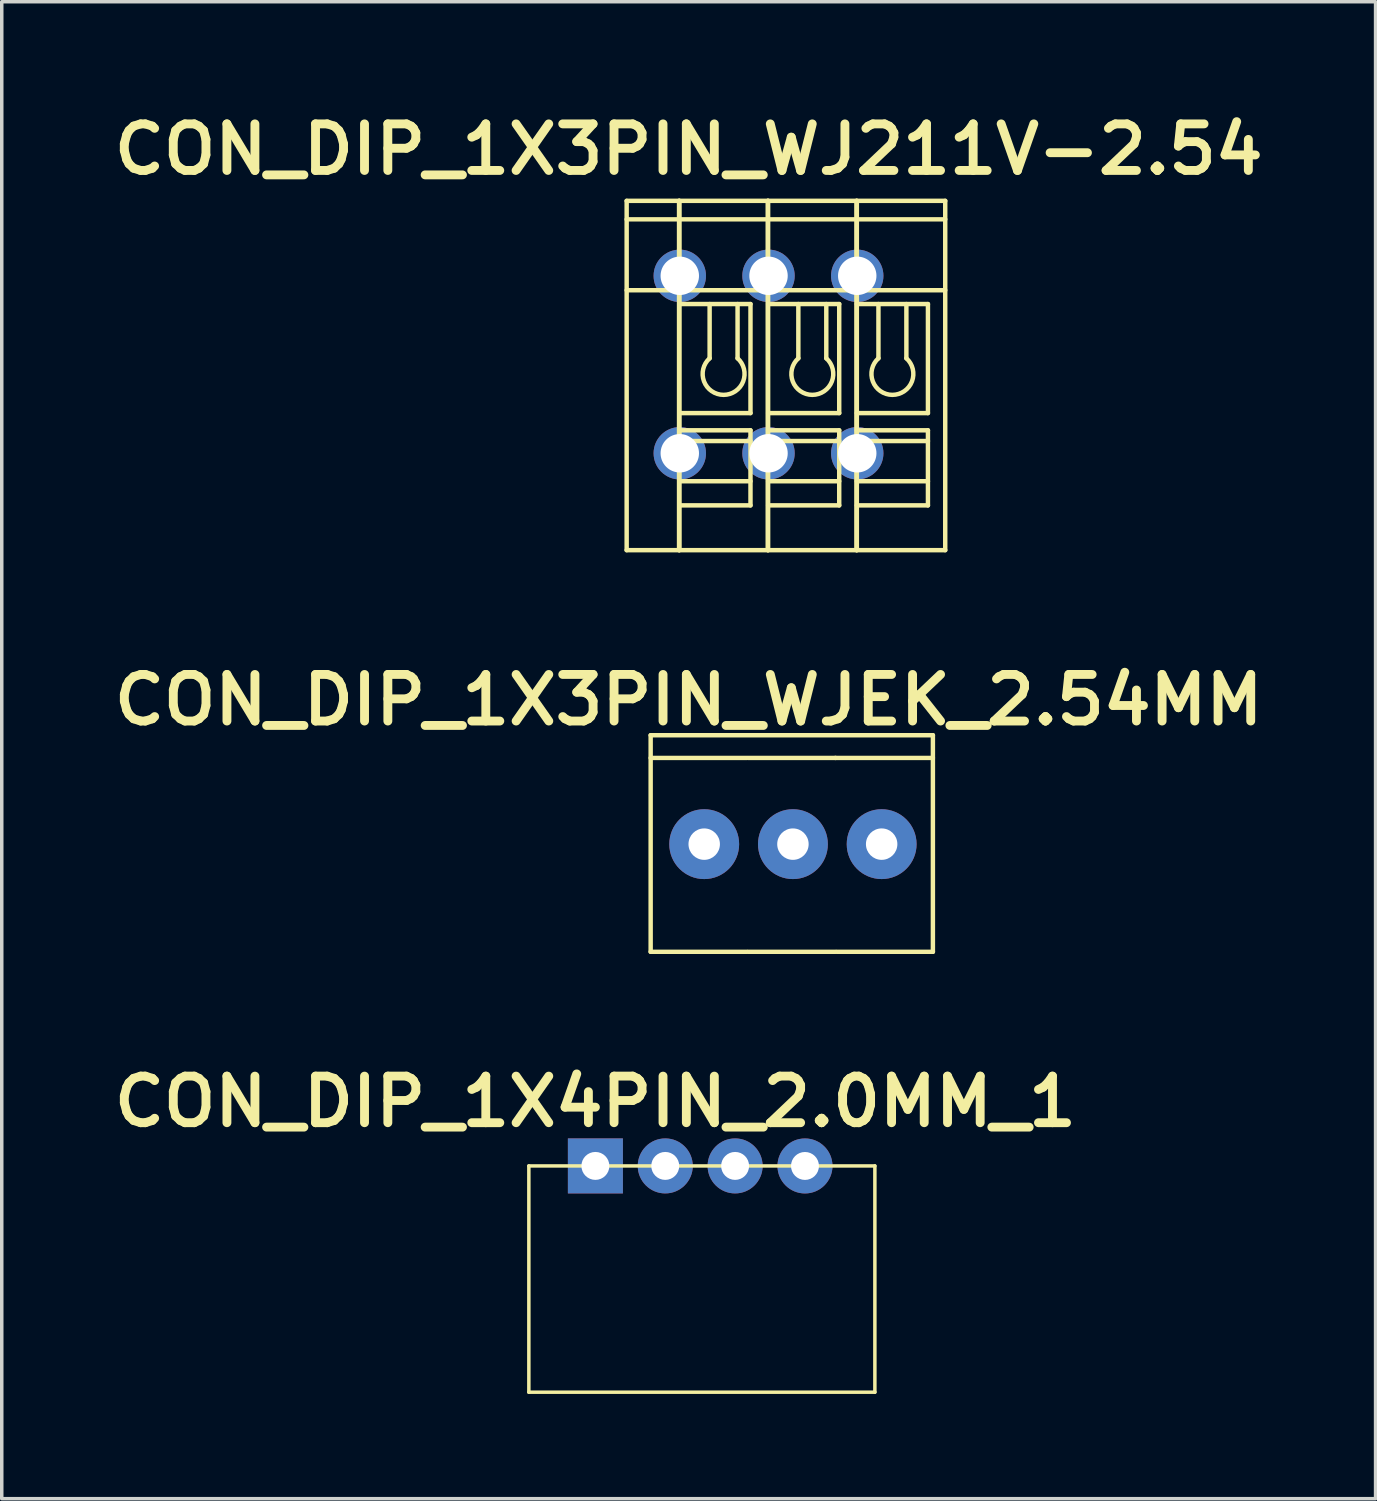
<source format=kicad_pcb>
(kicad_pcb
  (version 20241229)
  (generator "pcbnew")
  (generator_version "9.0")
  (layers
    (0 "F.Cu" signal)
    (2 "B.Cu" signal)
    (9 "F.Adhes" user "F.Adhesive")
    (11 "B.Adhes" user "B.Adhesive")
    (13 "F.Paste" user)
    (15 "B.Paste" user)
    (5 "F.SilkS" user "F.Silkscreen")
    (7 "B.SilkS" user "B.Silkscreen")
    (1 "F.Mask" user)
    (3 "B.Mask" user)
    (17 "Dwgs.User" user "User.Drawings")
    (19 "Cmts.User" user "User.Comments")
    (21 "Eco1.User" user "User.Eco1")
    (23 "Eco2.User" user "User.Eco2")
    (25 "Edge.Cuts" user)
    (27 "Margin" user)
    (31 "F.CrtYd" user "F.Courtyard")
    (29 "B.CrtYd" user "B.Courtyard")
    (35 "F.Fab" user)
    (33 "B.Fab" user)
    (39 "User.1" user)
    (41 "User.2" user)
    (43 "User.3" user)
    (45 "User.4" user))
  (footprint "CON_DIP_1X3PIN_WJEK_2.54MM"
    (layer "F.Cu")
    (at 19.523 21.052)
    (property "Reference" "CON_DIP_1X3PIN_WJEK_2.54MM" (at -2.857 -4.064 0) (unlocked yes) (layer "F.SilkS") (effects (font (size 1.333 1.402) (thickness 0.254))))
    (attr smd)
    (fp_line (start -3.946 -3.054) (end 4.134 -3.054) (stroke (width 0.127) (type solid)) (layer "F.SilkS"))
    (fp_line (start -3.946 -2.404) (end -1.196 -2.404) (stroke (width 0.127) (type solid)) (layer "F.SilkS"))
    (fp_line (start -3.946 3.146) (end -3.946 -3.054) (stroke (width 0.127) (type solid)) (layer "F.SilkS"))
    (fp_line (start -3.946 3.146) (end -1.196 3.146) (stroke (width 0.127) (type solid)) (layer "F.SilkS"))
    (fp_line (start -1.156 -2.404) (end 1.344 -2.404) (stroke (width 0.127) (type solid)) (layer "F.SilkS"))
    (fp_line (start -1.156 3.146) (end 1.344 3.146) (stroke (width 0.127) (type solid)) (layer "F.SilkS"))
    (fp_line (start 1.344 -2.404) (end 4.134 -2.404) (stroke (width 0.127) (type solid)) (layer "F.SilkS"))
    (fp_line (start 1.384 3.146) (end 4.134 3.146) (stroke (width 0.127) (type solid)) (layer "F.SilkS"))
    (fp_line (start 4.134 3.146) (end 4.134 -3.054) (stroke (width 0.127) (type solid)) (layer "F.SilkS"))
    (pad "1" thru_hole circle (at -2.413 0.064) (size 2 2) (drill 0.9) (layers "*.Cu" "*.Mask"))
    (pad "2" thru_hole circle (at 0.127 0.064) (size 2 2) (drill 0.9) (layers "*.Cu" "*.Mask"))
    (pad "3" thru_hole circle (at 2.667 0.064) (size 2 2) (drill 0.9) (layers "*.Cu" "*.Mask")))
  (footprint "CON_DIP_1X3PIN_WJ211V-2.54"
    (layer "F.Cu")
    (at 19.332 6.941)
    (property "Reference" "CON_DIP_1X3PIN_WJ211V-2.54" (at -2.667 -5.715 0) (unlocked yes) (layer "F.SilkS") (effects (font (size 1.333 1.402) (thickness 0.254))))
    (attr smd)
    (fp_line (start -4.442 -4.241) (end -2.942 -4.241) (stroke (width 0.127) (type solid)) (layer "F.SilkS"))
    (fp_line (start -4.442 -3.712) (end -2.942 -3.712) (stroke (width 0.127) (type solid)) (layer "F.SilkS"))
    (fp_line (start -4.442 -1.682) (end -2.942 -1.682) (stroke (width 0.127) (type solid)) (layer "F.SilkS"))
    (fp_line (start -4.442 5.759) (end -4.442 -4.241) (stroke (width 0.127) (type solid)) (layer "F.SilkS"))
    (fp_line (start -4.442 5.759) (end -2.942 5.759) (stroke (width 0.127) (type solid)) (layer "F.SilkS"))
    (fp_line (start -2.942 5.759) (end -2.942 -4.241) (stroke (width 0.127) (type solid)) (layer "F.SilkS"))
    (fp_line (start -2.932 -4.241) (end -0.402 -4.241) (stroke (width 0.127) (type solid)) (layer "F.SilkS"))
    (fp_line (start -2.932 -3.712) (end -0.402 -3.712) (stroke (width 0.127) (type solid)) (layer "F.SilkS"))
    (fp_line (start -2.932 -1.682) (end -0.402 -1.682) (stroke (width 0.127) (type solid)) (layer "F.SilkS"))
    (fp_line (start -2.932 -1.287) (end -0.897 -1.287) (stroke (width 0.127) (type solid)) (layer "F.SilkS"))
    (fp_line (start -2.932 1.835) (end -0.897 1.835) (stroke (width 0.127) (type solid)) (layer "F.SilkS"))
    (fp_line (start -2.932 2.328) (end -0.897 2.328) (stroke (width 0.127) (type solid)) (layer "F.SilkS"))
    (fp_line (start -2.932 2.635) (end -0.897 2.635) (stroke (width 0.127) (type solid)) (layer "F.SilkS"))
    (fp_line (start -2.932 3.786) (end -0.897 3.786) (stroke (width 0.127) (type solid)) (layer "F.SilkS"))
    (fp_line (start -2.932 4.477) (end -0.897 4.477) (stroke (width 0.127) (type solid)) (layer "F.SilkS"))
    (fp_line (start -2.932 5.759) (end -2.932 -4.241) (stroke (width 0.127) (type solid)) (layer "F.SilkS"))
    (fp_line (start -2.932 5.759) (end -0.402 5.759) (stroke (width 0.127) (type solid)) (layer "F.SilkS"))
    (fp_line (start -2.067 0.266) (end -2.067 -1.287) (stroke (width 0.127) (type solid)) (layer "F.SilkS"))
    (fp_line (start -1.267 0.266) (end -1.267 -1.287) (stroke (width 0.127) (type solid)) (layer "F.SilkS"))
    (fp_line (start -0.897 1.835) (end -0.897 -1.287) (stroke (width 0.127) (type solid)) (layer "F.SilkS"))
    (fp_line (start -0.897 4.477) (end -0.897 2.328) (stroke (width 0.127) (type solid)) (layer "F.SilkS"))
    (fp_line (start -0.402 5.759) (end -0.402 -4.241) (stroke (width 0.127) (type solid)) (layer "F.SilkS"))
    (fp_line (start -0.392 -4.241) (end 2.138 -4.241) (stroke (width 0.127) (type solid)) (layer "F.SilkS"))
    (fp_line (start -0.392 -3.712) (end 2.138 -3.712) (stroke (width 0.127) (type solid)) (layer "F.SilkS"))
    (fp_line (start -0.392 -1.682) (end 2.138 -1.682) (stroke (width 0.127) (type solid)) (layer "F.SilkS"))
    (fp_line (start -0.392 -1.287) (end 1.643 -1.287) (stroke (width 0.127) (type solid)) (layer "F.SilkS"))
    (fp_line (start -0.392 1.835) (end 1.643 1.835) (stroke (width 0.127) (type solid)) (layer "F.SilkS"))
    (fp_line (start -0.392 2.328) (end 1.643 2.328) (stroke (width 0.127) (type solid)) (layer "F.SilkS"))
    (fp_line (start -0.392 2.635) (end 1.643 2.635) (stroke (width 0.127) (type solid)) (layer "F.SilkS"))
    (fp_line (start -0.392 3.786) (end 1.643 3.786) (stroke (width 0.127) (type solid)) (layer "F.SilkS"))
    (fp_line (start -0.392 4.477) (end 1.643 4.477) (stroke (width 0.127) (type solid)) (layer "F.SilkS"))
    (fp_line (start -0.392 5.759) (end -0.392 -4.241) (stroke (width 0.127) (type solid)) (layer "F.SilkS"))
    (fp_line (start -0.392 5.759) (end 2.138 5.759) (stroke (width 0.127) (type solid)) (layer "F.SilkS"))
    (fp_line (start 0.473 0.266) (end 0.473 -1.287) (stroke (width 0.127) (type solid)) (layer "F.SilkS"))
    (fp_line (start 1.273 0.266) (end 1.273 -1.287) (stroke (width 0.127) (type solid)) (layer "F.SilkS"))
    (fp_line (start 1.643 1.835) (end 1.643 -1.287) (stroke (width 0.127) (type solid)) (layer "F.SilkS"))
    (fp_line (start 1.643 4.477) (end 1.643 2.328) (stroke (width 0.127) (type solid)) (layer "F.SilkS"))
    (fp_line (start 2.138 5.759) (end 2.138 -4.241) (stroke (width 0.127) (type solid)) (layer "F.SilkS"))
    (fp_line (start 2.148 -4.241) (end 4.678 -4.241) (stroke (width 0.127) (type solid)) (layer "F.SilkS"))
    (fp_line (start 2.148 -3.712) (end 4.678 -3.712) (stroke (width 0.127) (type solid)) (layer "F.SilkS"))
    (fp_line (start 2.148 -1.682) (end 4.678 -1.682) (stroke (width 0.127) (type solid)) (layer "F.SilkS"))
    (fp_line (start 2.148 -1.287) (end 4.183 -1.287) (stroke (width 0.127) (type solid)) (layer "F.SilkS"))
    (fp_line (start 2.148 1.835) (end 4.183 1.835) (stroke (width 0.127) (type solid)) (layer "F.SilkS"))
    (fp_line (start 2.148 2.328) (end 4.183 2.328) (stroke (width 0.127) (type solid)) (layer "F.SilkS"))
    (fp_line (start 2.148 2.635) (end 4.183 2.635) (stroke (width 0.127) (type solid)) (layer "F.SilkS"))
    (fp_line (start 2.148 3.786) (end 4.183 3.786) (stroke (width 0.127) (type solid)) (layer "F.SilkS"))
    (fp_line (start 2.148 4.477) (end 4.183 4.477) (stroke (width 0.127) (type solid)) (layer "F.SilkS"))
    (fp_line (start 2.148 5.759) (end 2.148 -4.241) (stroke (width 0.127) (type solid)) (layer "F.SilkS"))
    (fp_line (start 2.148 5.759) (end 4.678 5.759) (stroke (width 0.127) (type solid)) (layer "F.SilkS"))
    (fp_line (start 2.766 0.266) (end 2.766 -1.287) (stroke (width 0.127) (type solid)) (layer "F.SilkS"))
    (fp_line (start 3.566 0.266) (end 3.566 -1.287) (stroke (width 0.127) (type solid)) (layer "F.SilkS"))
    (fp_line (start 4.183 1.835) (end 4.183 -1.287) (stroke (width 0.127) (type solid)) (layer "F.SilkS"))
    (fp_line (start 4.183 4.477) (end 4.183 2.328) (stroke (width 0.127) (type solid)) (layer "F.SilkS"))
    (fp_line (start 4.678 5.759) (end 4.678 -4.241) (stroke (width 0.127) (type solid)) (layer "F.SilkS"))
    (fp_arc (start -1.26695 0.266035) (mid -1.666871 1.31332) (end -2.066789 0.266034) (stroke (width 0.127) (type solid)) (layer "F.SilkS"))
    (fp_arc (start 1.27305 0.266035) (mid 0.873129 1.31332) (end 0.473211 0.266034) (stroke (width 0.127) (type solid)) (layer "F.SilkS"))
    (fp_arc (start 3.56555 0.266035) (mid 3.165629 1.31332) (end 2.765711 0.266034) (stroke (width 0.127) (type solid)) (layer "F.SilkS"))
    (pad "1" thru_hole circle (at -2.921 2.985 90) (size 1.5 1.5) (drill 1.1) (layers "*.Cu" "*.Mask"))
    (pad "1_1" thru_hole circle (at -2.921 -2.095 90) (size 1.5 1.5) (drill 1.1) (layers "*.Cu" "*.Mask"))
    (pad "2" thru_hole circle (at -0.381 2.985 90) (size 1.5 1.5) (drill 1.1) (layers "*.Cu" "*.Mask"))
    (pad "2_1" thru_hole circle (at -0.381 -2.095 90) (size 1.5 1.5) (drill 1.1) (layers "*.Cu" "*.Mask"))
    (pad "3" thru_hole circle (at 2.159 2.985 90) (size 1.5 1.5) (drill 1.1) (layers "*.Cu" "*.Mask"))
    (pad "3_1" thru_hole circle (at 2.159 -2.095 90) (size 1.5 1.5) (drill 1.1) (layers "*.Cu" "*.Mask")))
  (footprint "CON_DIP_1X4PIN_2.0MM_1"
    (layer "F.Cu")
    (at 16.916 32.551)
    (property "Reference" "CON_DIP_1X4PIN_2.0MM_1" (at -2.921 -4.064 0) (unlocked yes) (layer "F.SilkS") (effects (font (size 1.333 1.402) (thickness 0.254))))
    (attr smd)
    (fp_line (start -4.826 -2.223) (end -4.826 4.255) (stroke (width 0.1) (type solid)) (layer "F.SilkS"))
    (fp_line (start -4.826 -2.223) (end 5.08 -2.223) (stroke (width 0.1) (type solid)) (layer "F.SilkS"))
    (fp_line (start -4.826 4.255) (end 5.08 4.255) (stroke (width 0.1) (type solid)) (layer "F.SilkS"))
    (fp_line (start 5.08 4.255) (end 5.08 -2.223) (stroke (width 0.1) (type solid)) (layer "F.SilkS"))
    (pad "1" thru_hole rect (at -2.921 -2.223) (size 1.575 1.575) (drill 0.8) (layers "*.Cu" "*.Mask"))
    (pad "2" thru_hole circle (at -0.921 -2.223) (size 1.575 1.575) (drill 0.8) (layers "*.Cu" "*.Mask"))
    (pad "3" thru_hole circle (at 1.079 -2.223) (size 1.575 1.575) (drill 0.8) (layers "*.Cu" "*.Mask"))
    (pad "4" thru_hole circle (at 3.079 -2.222) (size 1.575 1.575) (drill 0.8) (layers "*.Cu" "*.Mask")))
  (gr_rect
    (start -3 -3)
    (end 36.33 39.855)
    (stroke (width 0.1) (type default))
    (fill no)
    (layer "Edge.Cuts")))
</source>
